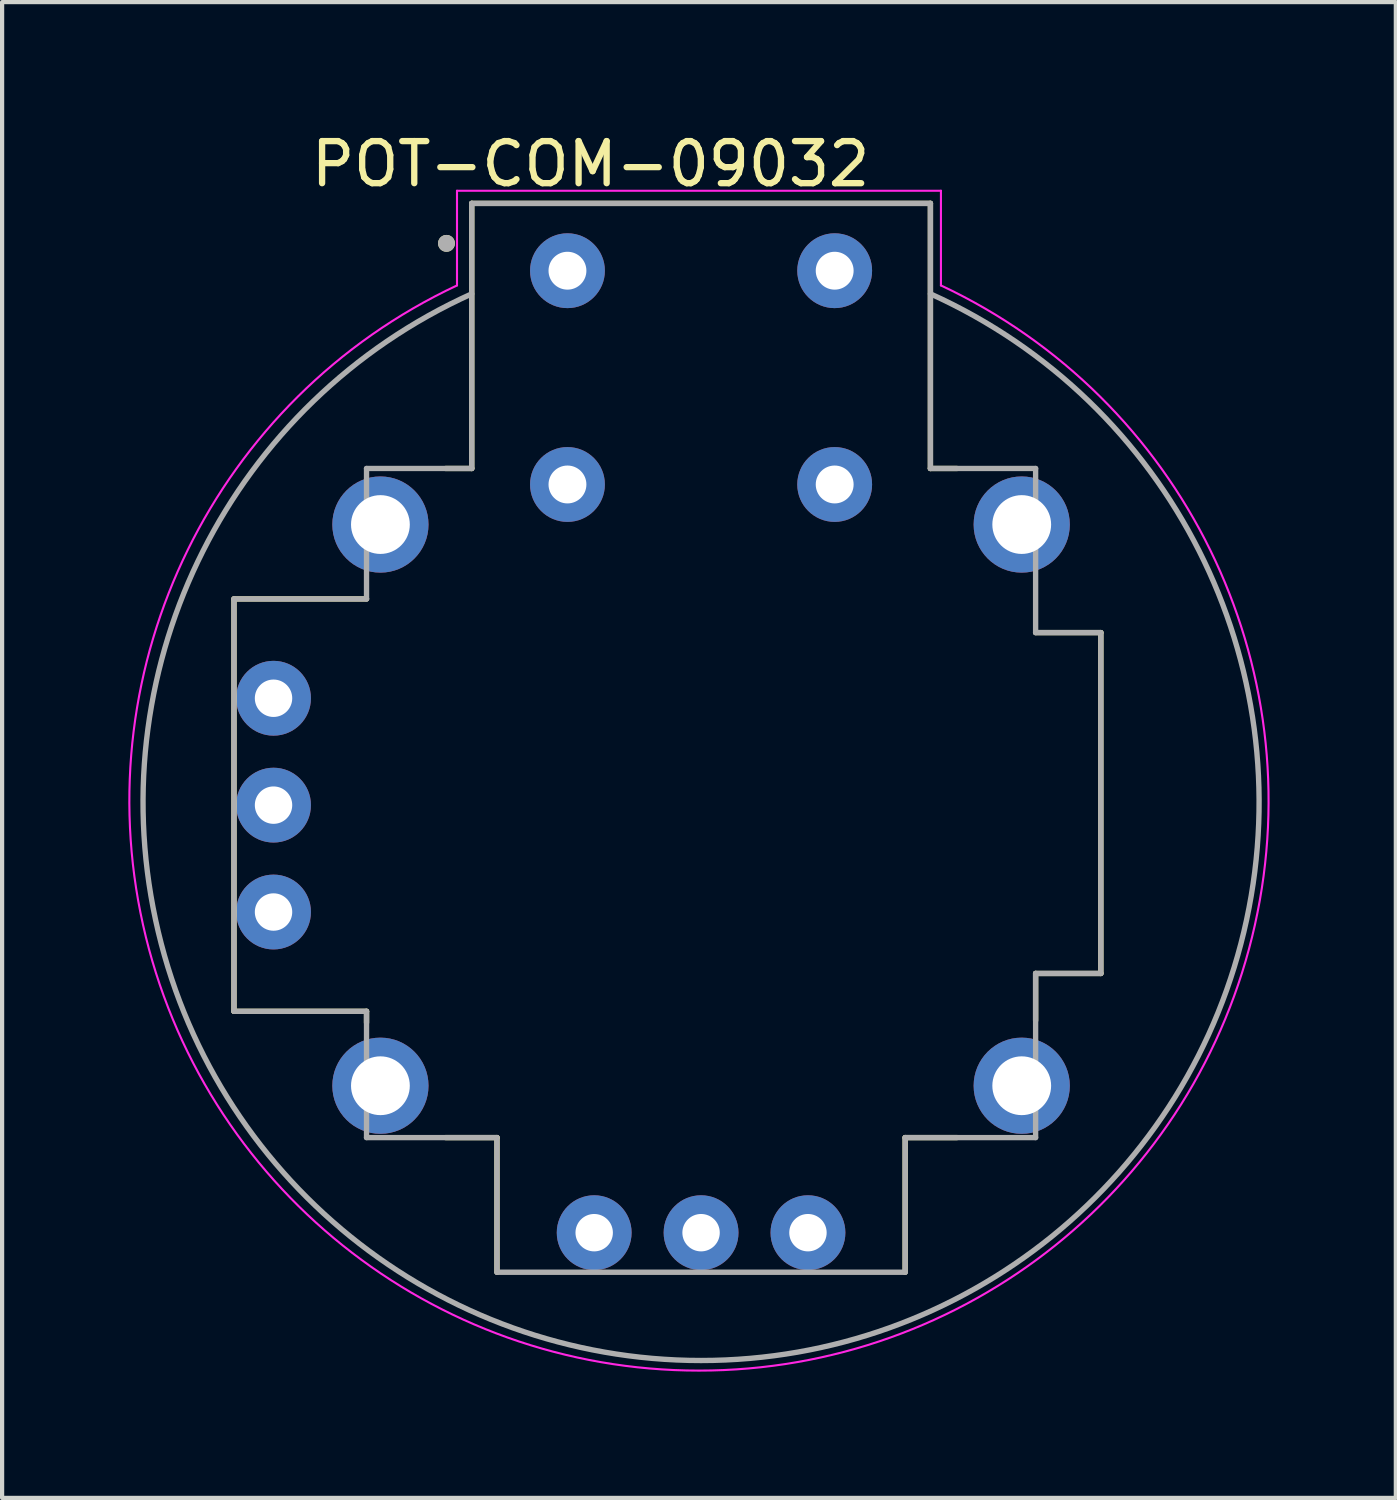
<source format=kicad_pcb>
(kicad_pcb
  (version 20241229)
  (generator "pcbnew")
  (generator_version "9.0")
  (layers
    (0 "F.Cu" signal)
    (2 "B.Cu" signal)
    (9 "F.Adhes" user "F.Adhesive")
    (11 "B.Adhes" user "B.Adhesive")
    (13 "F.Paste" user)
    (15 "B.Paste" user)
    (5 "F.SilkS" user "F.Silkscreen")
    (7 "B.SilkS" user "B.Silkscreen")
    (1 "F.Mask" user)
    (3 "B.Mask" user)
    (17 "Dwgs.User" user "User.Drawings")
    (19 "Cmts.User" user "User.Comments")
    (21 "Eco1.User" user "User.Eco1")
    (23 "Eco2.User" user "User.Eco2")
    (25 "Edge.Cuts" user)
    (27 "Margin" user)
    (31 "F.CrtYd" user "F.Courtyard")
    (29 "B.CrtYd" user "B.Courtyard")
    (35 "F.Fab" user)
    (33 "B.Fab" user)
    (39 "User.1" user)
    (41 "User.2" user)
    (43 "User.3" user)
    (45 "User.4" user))
  (footprint "POT-COM-09032"
    (layer "F.Cu")
    (at 13.61 16.083)
    (property "Reference" "POT-COM-09032" (at -2.625 -15.235 0) (layer "F.SilkS") (effects (font (size 1 1) (thickness 0.15))))
    (attr through_hole)
    (fp_line (start -11.1 -4.9) (end -7.95 -4.9) (stroke (width 0.127) (type solid)) (layer "F.SilkS"))
    (fp_line (start -11.1 4.9) (end -11.1 -4.9) (stroke (width 0.127) (type solid)) (layer "F.SilkS"))
    (fp_line (start -7.95 4.9) (end -11.1 4.9) (stroke (width 0.127) (type solid)) (layer "F.SilkS"))
    (fp_line (start -7.95 5.17) (end -7.95 4.9) (stroke (width 0.127) (type solid)) (layer "F.SilkS"))
    (fp_line (start -6.07 -8) (end -5.45 -8) (stroke (width 0.127) (type solid)) (layer "F.SilkS"))
    (fp_line (start -5.45 -14.3) (end 5.45 -14.3) (stroke (width 0.127) (type solid)) (layer "F.SilkS"))
    (fp_line (start -5.45 -8) (end -5.45 -14.3) (stroke (width 0.127) (type solid)) (layer "F.SilkS"))
    (fp_line (start -4.85 7.9) (end -6.07 7.9) (stroke (width 0.127) (type solid)) (layer "F.SilkS"))
    (fp_line (start -4.85 11.1) (end -4.85 7.9) (stroke (width 0.127) (type solid)) (layer "F.SilkS"))
    (fp_line (start 4.85 7.9) (end 4.85 11.1) (stroke (width 0.127) (type solid)) (layer "F.SilkS"))
    (fp_line (start 5.45 -14.3) (end 5.45 -8) (stroke (width 0.127) (type solid)) (layer "F.SilkS"))
    (fp_line (start 5.45 -8) (end 6.08 -8) (stroke (width 0.127) (type solid)) (layer "F.SilkS"))
    (fp_line (start 6.08 7.9) (end 4.85 7.9) (stroke (width 0.127) (type solid)) (layer "F.SilkS"))
    (fp_line (start 7.95 -4.1) (end 9.5 -4.1) (stroke (width 0.127) (type solid)) (layer "F.SilkS"))
    (fp_line (start 7.95 4) (end 7.95 5.12) (stroke (width 0.127) (type solid)) (layer "F.SilkS"))
    (fp_line (start 9.5 -4.1) (end 9.5 4) (stroke (width 0.127) (type solid)) (layer "F.SilkS"))
    (fp_line (start 9.5 4) (end 7.95 4) (stroke (width 0.127) (type solid)) (layer "F.SilkS"))
    (fp_circle (center -6.05 -13.35) (end -5.95 -13.35) (stroke (width 0.2) (type solid)) (fill no) (layer "F.SilkS"))
    (fp_line (start -5.8 -14.6) (end 5.7 -14.6) (stroke (width 0.05) (type solid)) (layer "F.CrtYd"))
    (fp_line (start -5.8 -12.35) (end -5.8 -14.6) (stroke (width 0.05) (type solid)) (layer "F.CrtYd"))
    (fp_line (start 5.7 -14.6) (end 5.7 -12.35) (stroke (width 0.05) (type solid)) (layer "F.CrtYd"))
    (fp_arc (start 5.7 -12.35) (mid -0.05 13.437438) (end -5.8 -12.35) (stroke (width 0.05) (type solid)) (layer "F.CrtYd"))
    (fp_line (start -11.1 -4.9) (end -11.1 4.9) (stroke (width 0.127) (type solid)) (layer "F.Fab"))
    (fp_line (start -7.95 -4.9) (end -11.1 -4.9) (stroke (width 0.127) (type solid)) (layer "F.Fab"))
    (fp_line (start -7.95 -4.9) (end -7.95 -8) (stroke (width 0.127) (type solid)) (layer "F.Fab"))
    (fp_line (start -7.95 4.9) (end -11.1 4.9) (stroke (width 0.127) (type solid)) (layer "F.Fab"))
    (fp_line (start -7.95 4.9) (end -7.95 7.9) (stroke (width 0.127) (type solid)) (layer "F.Fab"))
    (fp_line (start -5.45 -14.3) (end -5.45 -8) (stroke (width 0.127) (type solid)) (layer "F.Fab"))
    (fp_line (start -5.45 -8) (end -7.95 -8) (stroke (width 0.127) (type solid)) (layer "F.Fab"))
    (fp_line (start -4.85 7.9) (end -7.95 7.9) (stroke (width 0.127) (type solid)) (layer "F.Fab"))
    (fp_line (start -4.85 11.1) (end -4.85 7.9) (stroke (width 0.127) (type solid)) (layer "F.Fab"))
    (fp_line (start 4.85 7.9) (end 7.95 7.9) (stroke (width 0.127) (type solid)) (layer "F.Fab"))
    (fp_line (start 4.85 11.1) (end -4.85 11.1) (stroke (width 0.127) (type solid)) (layer "F.Fab"))
    (fp_line (start 4.85 11.1) (end 4.85 7.9) (stroke (width 0.127) (type solid)) (layer "F.Fab"))
    (fp_line (start 5.45 -14.3) (end -5.45 -14.3) (stroke (width 0.127) (type solid)) (layer "F.Fab"))
    (fp_line (start 5.45 -14.3) (end 5.45 -8) (stroke (width 0.127) (type solid)) (layer "F.Fab"))
    (fp_line (start 7.95 -8) (end 5.45 -8) (stroke (width 0.127) (type solid)) (layer "F.Fab"))
    (fp_line (start 7.95 -4.1) (end 7.95 -8) (stroke (width 0.127) (type solid)) (layer "F.Fab"))
    (fp_line (start 7.95 -4.1) (end 9.5 -4.1) (stroke (width 0.127) (type solid)) (layer "F.Fab"))
    (fp_line (start 7.95 4) (end 7.95 7.9) (stroke (width 0.127) (type solid)) (layer "F.Fab"))
    (fp_line (start 7.95 4) (end 9.5 4) (stroke (width 0.127) (type solid)) (layer "F.Fab"))
    (fp_line (start 9.5 -4.1) (end 9.5 4) (stroke (width 0.127) (type solid)) (layer "F.Fab"))
    (fp_arc (start 5.45 -12.15) (mid 0 13.197504) (end -5.45 -12.15) (stroke (width 0.127) (type solid)) (layer "F.Fab"))
    (fp_circle (center -6.05 -13.35) (end -5.95 -13.35) (stroke (width 0.2) (type solid)) (fill no) (layer "F.Fab"))
    (pad "B1A" thru_hole circle (at -3.175 -12.7) (size 1.778 1.778) (drill 0.9) (layers "*.Cu" "*.Mask"))
    (pad "B1B" thru_hole circle (at 3.175 -12.7) (size 1.778 1.778) (drill 0.9) (layers "*.Cu" "*.Mask"))
    (pad "B2A" thru_hole circle (at -3.175 -7.62) (size 1.778 1.778) (drill 0.9) (layers "*.Cu" "*.Mask"))
    (pad "B2B" thru_hole circle (at 3.175 -7.62) (size 1.778 1.778) (drill 0.9) (layers "*.Cu" "*.Mask"))
    (pad "H1" thru_hole circle (at -2.54 10.16) (size 1.778 1.778) (drill 0.889) (layers "*.Cu" "*.Mask"))
    (pad "H2" thru_hole circle (at 0 10.16) (size 1.778 1.778) (drill 0.889) (layers "*.Cu" "*.Mask"))
    (pad "H3" thru_hole circle (at 2.54 10.16) (size 1.778 1.778) (drill 0.889) (layers "*.Cu" "*.Mask"))
    (pad "S1" thru_hole circle (at -7.62 -6.668) (size 2.286 2.286) (drill 1.397) (layers "*.Cu" "*.Mask"))
    (pad "S2" thru_hole circle (at -7.62 6.668) (size 2.286 2.286) (drill 1.397) (layers "*.Cu" "*.Mask"))
    (pad "S3" thru_hole circle (at 7.62 6.668) (size 2.286 2.286) (drill 1.397) (layers "*.Cu" "*.Mask"))
    (pad "S4" thru_hole circle (at 7.62 -6.668) (size 2.286 2.286) (drill 1.397) (layers "*.Cu" "*.Mask"))
    (pad "V1" thru_hole circle (at -10.16 -2.54) (size 1.778 1.778) (drill 0.889) (layers "*.Cu" "*.Mask"))
    (pad "V2" thru_hole circle (at -10.16 0) (size 1.778 1.778) (drill 0.889) (layers "*.Cu" "*.Mask"))
    (pad "V3" thru_hole circle (at -10.16 2.54) (size 1.778 1.778) (drill 0.889) (layers "*.Cu" "*.Mask")))
  (gr_rect
    (start -3 -3)
    (end 30.12 32.546)
    (stroke (width 0.1) (type default))
    (fill no)
    (layer "Edge.Cuts")))
</source>
